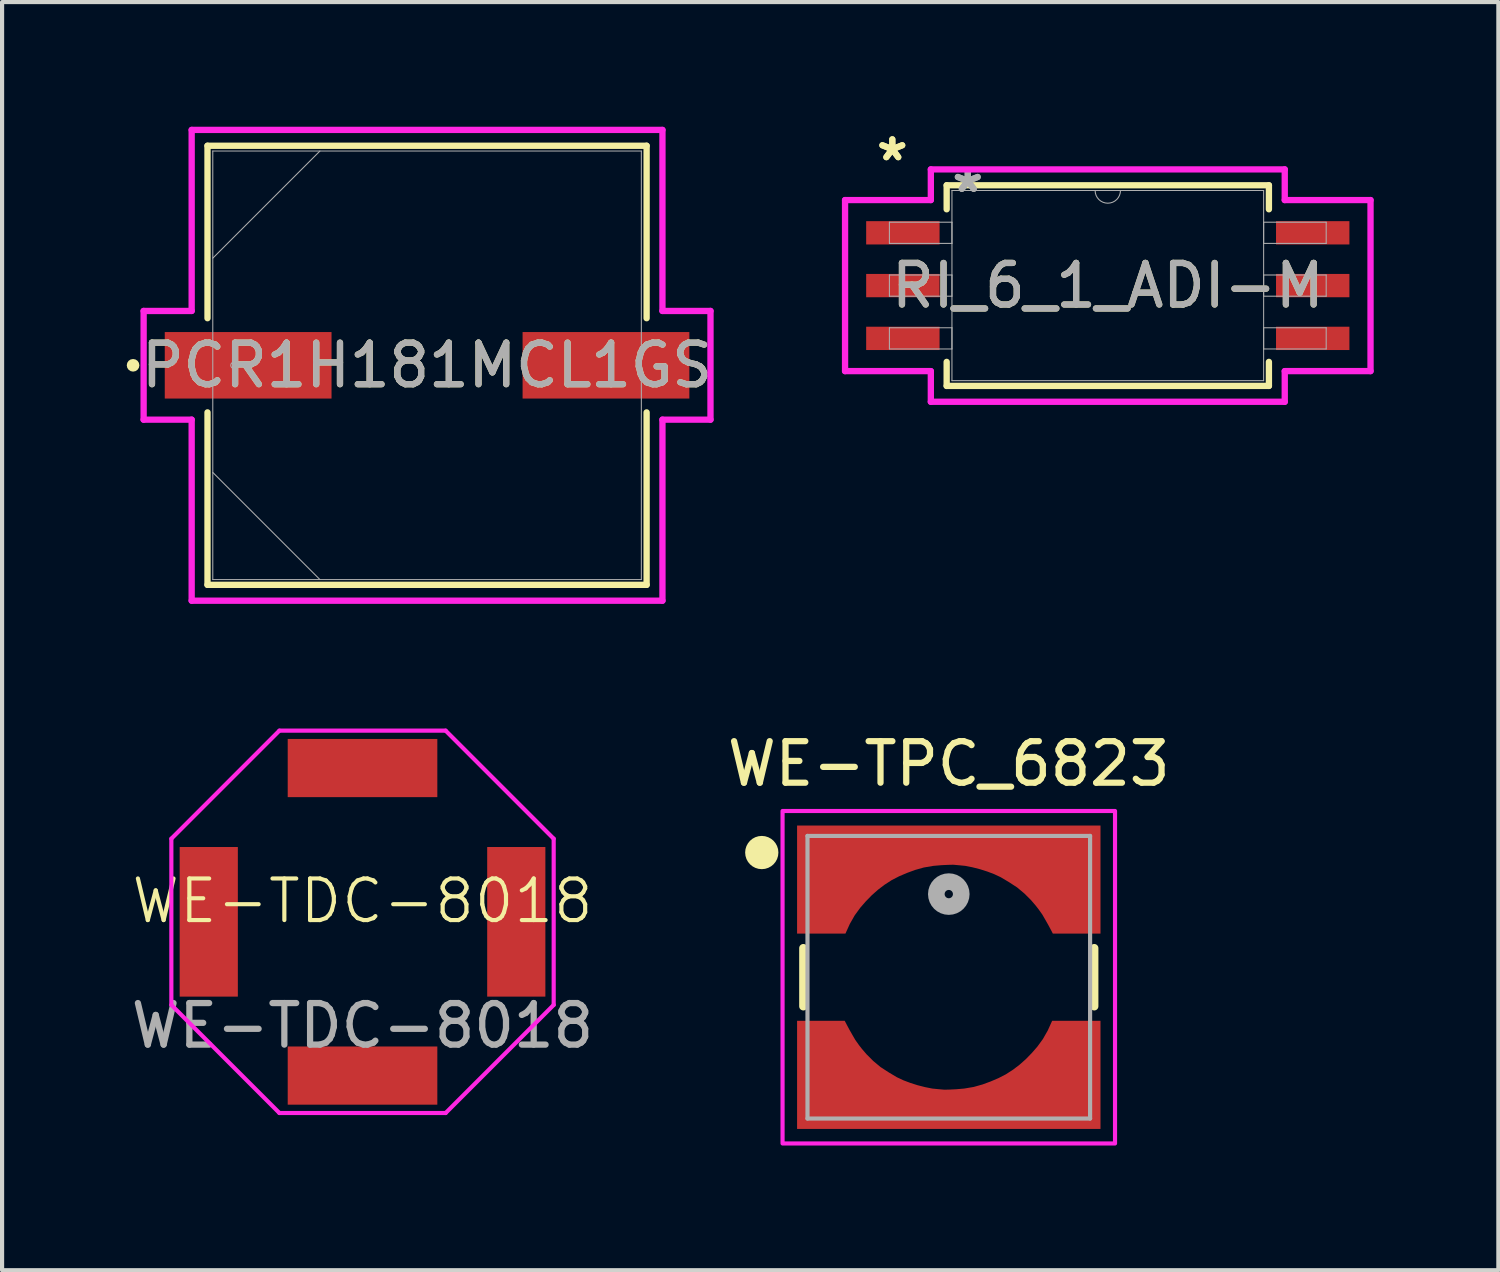
<source format=kicad_pcb>
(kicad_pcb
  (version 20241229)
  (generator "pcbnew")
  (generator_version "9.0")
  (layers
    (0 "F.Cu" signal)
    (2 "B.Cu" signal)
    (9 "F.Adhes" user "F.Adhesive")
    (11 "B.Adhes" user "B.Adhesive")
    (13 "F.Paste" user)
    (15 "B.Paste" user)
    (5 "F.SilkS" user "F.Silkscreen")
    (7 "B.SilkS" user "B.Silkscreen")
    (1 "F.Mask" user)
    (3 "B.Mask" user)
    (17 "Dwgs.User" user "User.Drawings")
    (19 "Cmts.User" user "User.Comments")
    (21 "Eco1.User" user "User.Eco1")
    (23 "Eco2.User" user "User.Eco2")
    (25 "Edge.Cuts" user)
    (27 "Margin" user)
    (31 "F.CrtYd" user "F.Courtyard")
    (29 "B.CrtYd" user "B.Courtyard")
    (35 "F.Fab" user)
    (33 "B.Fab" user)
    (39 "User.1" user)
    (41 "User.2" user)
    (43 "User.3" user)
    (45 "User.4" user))
  (footprint "PCR1H181MCL1GS"
    (layer "F.Cu")
    (at 7.226 5.74)
    (property "Reference" "PCR1H181MCL1GS" (at 0 0 0) (unlocked yes) (layer "F.SilkS") (effects (font (size 1 1) (thickness 0.15))))
    (attr smd)
    (fp_line (start -5.283 -5.283) (end -5.283 -1.133) (stroke (width 0.152) (type solid)) (layer "F.SilkS"))
    (fp_line (start -5.283 1.133) (end -5.283 5.283) (stroke (width 0.152) (type solid)) (layer "F.SilkS"))
    (fp_line (start -5.283 5.283) (end 5.283 5.283) (stroke (width 0.152) (type solid)) (layer "F.SilkS"))
    (fp_line (start 5.283 -5.283) (end -5.283 -5.283) (stroke (width 0.152) (type solid)) (layer "F.SilkS"))
    (fp_line (start 5.283 -1.133) (end 5.283 -5.283) (stroke (width 0.152) (type solid)) (layer "F.SilkS"))
    (fp_line (start 5.283 5.283) (end 5.283 1.133) (stroke (width 0.152) (type solid)) (layer "F.SilkS"))
    (fp_circle (center -7.074 0) (end -6.998 0) (stroke (width 0.152) (type solid)) (fill no) (layer "F.SilkS"))
    (fp_line (start -6.82 -1.308) (end -5.664 -1.308) (stroke (width 0.152) (type solid)) (layer "F.CrtYd"))
    (fp_line (start -6.82 1.308) (end -6.82 -1.308) (stroke (width 0.152) (type solid)) (layer "F.CrtYd"))
    (fp_line (start -5.664 -5.664) (end 5.664 -5.664) (stroke (width 0.152) (type solid)) (layer "F.CrtYd"))
    (fp_line (start -5.664 -1.308) (end -5.664 -5.664) (stroke (width 0.152) (type solid)) (layer "F.CrtYd"))
    (fp_line (start -5.664 1.308) (end -6.82 1.308) (stroke (width 0.152) (type solid)) (layer "F.CrtYd"))
    (fp_line (start -5.664 5.664) (end -5.664 1.308) (stroke (width 0.152) (type solid)) (layer "F.CrtYd"))
    (fp_line (start 5.664 -5.664) (end 5.664 -1.308) (stroke (width 0.152) (type solid)) (layer "F.CrtYd"))
    (fp_line (start 5.664 -1.308) (end 6.82 -1.308) (stroke (width 0.152) (type solid)) (layer "F.CrtYd"))
    (fp_line (start 5.664 1.308) (end 5.664 5.664) (stroke (width 0.152) (type solid)) (layer "F.CrtYd"))
    (fp_line (start 5.664 5.664) (end -5.664 5.664) (stroke (width 0.152) (type solid)) (layer "F.CrtYd"))
    (fp_line (start 6.82 -1.308) (end 6.82 1.308) (stroke (width 0.152) (type solid)) (layer "F.CrtYd"))
    (fp_line (start 6.82 1.308) (end 5.664 1.308) (stroke (width 0.152) (type solid)) (layer "F.CrtYd"))
    (fp_line (start -5.156 -5.156) (end -5.156 5.156) (stroke (width 0.025) (type solid)) (layer "F.Fab"))
    (fp_line (start -5.156 -2.578) (end -2.578 -5.156) (stroke (width 0.025) (type solid)) (layer "F.Fab"))
    (fp_line (start -5.156 2.578) (end -2.578 5.156) (stroke (width 0.025) (type solid)) (layer "F.Fab"))
    (fp_line (start -5.156 5.156) (end 5.156 5.156) (stroke (width 0.025) (type solid)) (layer "F.Fab"))
    (fp_line (start 5.156 -5.156) (end -5.156 -5.156) (stroke (width 0.025) (type solid)) (layer "F.Fab"))
    (fp_line (start 5.156 5.156) (end 5.156 -5.156) (stroke (width 0.025) (type solid)) (layer "F.Fab"))
    (fp_circle (center -4.648 0) (end -4.572 0) (stroke (width 0.025) (type solid)) (fill no) (layer "F.Fab"))
    (fp_text user "${REFERENCE}" (at 0 0 0) (unlocked yes) (layer "F.Fab") (effects (font (size 1 1) (thickness 0.15))))
    (pad "1" smd rect (at -4.305 0) (size 4.013 1.6) (layers "F.Cu" "F.Mask" "F.Paste"))
    (pad "2" smd rect (at 4.305 0) (size 4.013 1.6) (layers "F.Cu" "F.Mask" "F.Paste"))
    (zone (net_name "") (layer "F.Cu") (hatch full 0.508) (connect_pads) (min_thickness 0.254) (filled_areas_thickness no) (keepout (tracks not_allowed) (vias not_allowed) (pads allowed) (copperpour not_allowed) (footprints allowed)) (placement (enabled no)) (fill) (polygon (pts (xy 2.121 0.635) (xy 12.332 0.635) (xy 12.332 4.889) (xy 2.121 4.889))))
    (zone (net_name "") (layer "F.Cu") (hatch full 0.508) (connect_pads) (min_thickness 0.254) (filled_areas_thickness no) (keepout (tracks not_allowed) (vias not_allowed) (pads allowed) (copperpour not_allowed) (footprints allowed)) (placement (enabled no)) (fill) (polygon (pts (xy 2.121 6.591) (xy 12.332 6.591) (xy 12.332 10.846) (xy 2.121 10.846))))
    (zone (net_name "") (layer "F.Cu") (hatch full 0.508) (connect_pads) (min_thickness 0.254) (filled_areas_thickness no) (keepout (tracks not_allowed) (vias not_allowed) (pads allowed) (copperpour not_allowed) (footprints allowed)) (placement (enabled no)) (fill) (polygon (pts (xy 4.978 4.889) (xy 9.474 4.889) (xy 9.474 6.591) (xy 4.978 6.591)))))
  (footprint "WE-TDC-8018"
    (layer "F.Cu")
    (at 5.673 19.131)
    (property "Reference" "WE-TDC-8018" (at 0 -0.5 0) (unlocked yes) (layer "F.SilkS") (effects (font (size 1 1) (thickness 0.1))))
    (attr smd)
    (fp_circle (center 0 0) (end 3.1 0) (stroke (width 0.2) (type default)) (fill no) (layer "Eco2.User"))
    (fp_line (start -4.6 -2) (end -2 -4.6) (stroke (width 0.1) (type default)) (layer "F.CrtYd"))
    (fp_line (start -4.6 2) (end -4.6 -2) (stroke (width 0.1) (type default)) (layer "F.CrtYd"))
    (fp_line (start -2 -4.6) (end 2 -4.6) (stroke (width 0.1) (type default)) (layer "F.CrtYd"))
    (fp_line (start -2 4.6) (end -4.6 2) (stroke (width 0.1) (type default)) (layer "F.CrtYd"))
    (fp_line (start 2 -4.6) (end 4.6 -2) (stroke (width 0.1) (type default)) (layer "F.CrtYd"))
    (fp_line (start 2 4.6) (end -2 4.6) (stroke (width 0.1) (type default)) (layer "F.CrtYd"))
    (fp_line (start 4.6 -2) (end 4.6 2) (stroke (width 0.1) (type default)) (layer "F.CrtYd"))
    (fp_line (start 4.6 2) (end 2 4.6) (stroke (width 0.1) (type default)) (layer "F.CrtYd"))
    (fp_text user "${REFERENCE}" (at 0 2.5 0) (unlocked yes) (layer "F.Fab") (effects (font (size 1 1) (thickness 0.15))))
    (pad "1" smd rect (at 0 -3.7 180) (size 3.6 1.4) (layers "F.Cu" "F.Mask" "F.Paste"))
    (pad "2" smd rect (at -3.7 0 90) (size 3.6 1.4) (layers "F.Cu" "F.Mask" "F.Paste"))
    (pad "3" smd rect (at 0 3.7 180) (size 3.6 1.4) (layers "F.Cu" "F.Mask" "F.Paste"))
    (pad "4" smd rect (at 3.7 0 270) (size 3.6 1.4) (layers "F.Cu" "F.Mask" "F.Paste"))
    (zone (net_name "") (layers "F.Cu" "B.Cu") (name "Keep Out") (hatch edge 0.5) (connect_pads) (min_thickness 0.25) (filled_areas_thickness no) (keepout (tracks not_allowed) (vias allowed) (pads allowed) (copperpour allowed) (footprints allowed)) (placement (enabled no)) (fill) (polygon (pts (xy 7.473 16.031) (xy 8.773 17.331) (xy 8.773 20.931) (xy 7.473 22.231) (xy 3.873 22.231) (xy 2.573 20.931) (xy 2.573 17.331) (xy 3.873 16.031)))))
  (footprint "WE-TPC_6823"
    (layer "F.Cu")
    (at 19.78 20.464)
    (property "Reference" "WE-TPC_6823" (at 0 -5.135 0) (layer "F.SilkS") (effects (font (size 1 1) (thickness 0.15))))
    (attr smd)
    (fp_poly (pts (xy -3.75 3.75) (xy -3.75 0.95) (xy -2.422 0.95) (xy -2.405 0.992) (xy -2.382 1.041) (xy -2.365 1.082) (xy -2.34 1.133) (xy -2.318 1.178) (xy -2.293 1.227) (xy -2.258 1.29) (xy -2.217 1.361) (xy -2.177 1.421) (xy -2.134 1.485) (xy -2.082 1.559) (xy -2.029 1.628) (xy -1.972 1.695) (xy -1.909 1.766) (xy -1.842 1.836) (xy -1.769 1.905) (xy -1.632 2.025) (xy -1.562 2.08) (xy -1.494 2.129) (xy -1.393 2.197) (xy -1.309 2.248) (xy -1.223 2.295) (xy -1.078 2.368) (xy -0.954 2.421) (xy -0.839 2.462) (xy -0.686 2.509) (xy -0.592 2.532) (xy -0.525 2.547) (xy -0.393 2.571) (xy -0.289 2.585) (xy -0.223 2.591) (xy -0.097 2.599) (xy 0.025 2.601) (xy 0.132 2.598) (xy 0.245 2.587) (xy 0.355 2.575) (xy 0.444 2.563) (xy 0.529 2.546) (xy 0.624 2.526) (xy 0.702 2.505) (xy 0.824 2.467) (xy 0.932 2.428) (xy 1.08 2.368) (xy 1.236 2.289) (xy 1.397 2.194) (xy 1.568 2.073) (xy 1.688 1.977) (xy 1.794 1.885) (xy 1.949 1.724) (xy 2.075 1.57) (xy 2.192 1.398) (xy 2.29 1.235) (xy 2.36 1.102) (xy 2.421 0.949) (xy 2.421 0.95) (xy 3.75 0.95) (xy 3.75 3.75)) (stroke (width 0.001) (type solid)) (fill yes) (layer "F.Mask"))
    (fp_poly (pts (xy 3.75 -3.75) (xy 3.75 -0.95) (xy 2.422 -0.95) (xy 2.405 -0.992) (xy 2.382 -1.041) (xy 2.365 -1.082) (xy 2.34 -1.133) (xy 2.318 -1.178) (xy 2.293 -1.227) (xy 2.258 -1.29) (xy 2.217 -1.361) (xy 2.177 -1.421) (xy 2.134 -1.485) (xy 2.082 -1.559) (xy 2.029 -1.628) (xy 1.972 -1.695) (xy 1.909 -1.766) (xy 1.842 -1.836) (xy 1.769 -1.905) (xy 1.632 -2.025) (xy 1.562 -2.08) (xy 1.494 -2.129) (xy 1.393 -2.197) (xy 1.309 -2.248) (xy 1.223 -2.295) (xy 1.078 -2.368) (xy 0.954 -2.421) (xy 0.839 -2.462) (xy 0.686 -2.509) (xy 0.592 -2.532) (xy 0.525 -2.547) (xy 0.393 -2.571) (xy 0.289 -2.585) (xy 0.223 -2.591) (xy 0.097 -2.599) (xy -0.025 -2.601) (xy -0.132 -2.598) (xy -0.245 -2.587) (xy -0.355 -2.575) (xy -0.444 -2.563) (xy -0.529 -2.546) (xy -0.624 -2.526) (xy -0.702 -2.505) (xy -0.824 -2.467) (xy -0.932 -2.428) (xy -1.08 -2.368) (xy -1.236 -2.289) (xy -1.397 -2.194) (xy -1.568 -2.073) (xy -1.688 -1.977) (xy -1.794 -1.885) (xy -1.949 -1.724) (xy -2.075 -1.57) (xy -2.192 -1.398) (xy -2.29 -1.235) (xy -2.36 -1.102) (xy -2.421 -0.949) (xy -2.421 -0.95) (xy -3.75 -0.95) (xy -3.75 -3.75)) (stroke (width 0.001) (type solid)) (fill yes) (layer "F.Mask"))
    (fp_line (start -3.5 -0.7) (end -3.5 0.7) (stroke (width 0.2) (type solid)) (layer "F.SilkS"))
    (fp_line (start 3.5 -0.7) (end 3.5 0.7) (stroke (width 0.2) (type solid)) (layer "F.SilkS"))
    (fp_circle (center -4.5 -3) (end -4.3 -3) (stroke (width 0.4) (type solid)) (fill no) (layer "F.SilkS"))
    (fp_poly (pts (xy -3.65 3.65) (xy -3.65 1.05) (xy -2.504 1.05) (xy -2.454 1.146) (xy -2.392 1.262) (xy -2.318 1.392) (xy -2.249 1.511) (xy -2.16 1.636) (xy -2.092 1.723) (xy -1.982 1.852) (xy -1.819 2.015) (xy -1.643 2.162) (xy -1.444 2.291) (xy -1.249 2.407) (xy -1.089 2.482) (xy -0.925 2.544) (xy -0.752 2.599) (xy -0.567 2.646) (xy -0.396 2.68) (xy -0.253 2.694) (xy -0.106 2.707) (xy 0.014 2.704) (xy 0.169 2.697) (xy 0.369 2.68) (xy 0.599 2.641) (xy 0.812 2.581) (xy 1.005 2.51) (xy 1.195 2.429) (xy 1.375 2.336) (xy 1.551 2.222) (xy 1.703 2.106) (xy 1.854 1.972) (xy 2.001 1.821) (xy 2.133 1.669) (xy 2.264 1.489) (xy 2.382 1.282) (xy 2.487 1.05) (xy 3.65 1.05) (xy 3.65 3.65)) (stroke (width 0.001) (type solid)) (fill yes) (layer "F.Paste"))
    (fp_poly (pts (xy 3.65 -3.65) (xy 3.65 -1.05) (xy 2.504 -1.05) (xy 2.454 -1.146) (xy 2.392 -1.262) (xy 2.318 -1.392) (xy 2.249 -1.511) (xy 2.16 -1.636) (xy 2.092 -1.723) (xy 1.982 -1.852) (xy 1.819 -2.015) (xy 1.643 -2.162) (xy 1.444 -2.291) (xy 1.249 -2.407) (xy 1.089 -2.482) (xy 0.925 -2.544) (xy 0.752 -2.599) (xy 0.567 -2.646) (xy 0.396 -2.68) (xy 0.253 -2.694) (xy 0.106 -2.707) (xy -0.014 -2.704) (xy -0.169 -2.697) (xy -0.369 -2.68) (xy -0.599 -2.641) (xy -0.812 -2.581) (xy -1.005 -2.51) (xy -1.195 -2.429) (xy -1.375 -2.336) (xy -1.551 -2.222) (xy -1.703 -2.106) (xy -1.854 -1.972) (xy -2.001 -1.821) (xy -2.133 -1.669) (xy -2.264 -1.489) (xy -2.382 -1.282) (xy -2.487 -1.05) (xy -3.65 -1.05) (xy -3.65 -3.65)) (stroke (width 0.001) (type solid)) (fill yes) (layer "F.Paste"))
    (fp_poly (pts (xy 4 -4) (xy 4 4) (xy -4 4) (xy -4 -4)) (stroke (width 0.1) (type solid)) (fill no) (layer "F.CrtYd"))
    (fp_line (start -3.4 -3.4) (end 3.4 -3.4) (stroke (width 0.1) (type solid)) (layer "F.Fab"))
    (fp_line (start -3.4 3.4) (end -3.4 -3.4) (stroke (width 0.1) (type solid)) (layer "F.Fab"))
    (fp_line (start 3.4 -3.4) (end 3.4 3.4) (stroke (width 0.1) (type solid)) (layer "F.Fab"))
    (fp_line (start 3.4 3.4) (end -3.4 3.4) (stroke (width 0.1) (type solid)) (layer "F.Fab"))
    (fp_circle (center 0 -2) (end 0.1 -2) (stroke (width 0.4) (type solid)) (fill no) (layer "F.Fab"))
    (pad "1" smd custom (at 0 -3.2) (size 7.3 0.8) (layers "F.Cu" "F.Mask") (options (anchor rect)) (primitives (gr_poly (pts (xy 3.65 -0.45) (xy 3.65 2.15) (xy 2.504 2.15) (xy 2.454 2.054) (xy 2.392 1.938) (xy 2.318 1.808) (xy 2.249 1.689) (xy 2.16 1.564) (xy 2.092 1.477) (xy 1.982 1.348) (xy 1.819 1.185) (xy 1.643 1.038) (xy 1.444 0.909) (xy 1.249 0.793) (xy 1.089 0.718) (xy 0.925 0.656) (xy 0.752 0.601) (xy 0.567 0.554) (xy 0.396 0.52) (xy 0.253 0.506) (xy 0.106 0.493) (xy -0.014 0.496) (xy -0.169 0.503) (xy -0.369 0.52) (xy -0.599 0.559) (xy -0.812 0.619) (xy -1.005 0.69) (xy -1.195 0.771) (xy -1.375 0.864) (xy -1.551 0.978) (xy -1.703 1.094) (xy -1.854 1.228) (xy -2.001 1.379) (xy -2.133 1.531) (xy -2.264 1.711) (xy -2.382 1.918) (xy -2.487 2.15) (xy -3.65 2.15) (xy -3.65 -0.45)) (width 0.001) (fill yes))))
    (pad "2" smd custom (at 0 3.2) (size 7.3 0.8) (layers "F.Cu") (options (anchor rect)) (primitives (gr_poly (pts (xy -3.65 0.45) (xy -3.65 -2.15) (xy -2.504 -2.15) (xy -2.454 -2.054) (xy -2.392 -1.938) (xy -2.318 -1.808) (xy -2.249 -1.689) (xy -2.16 -1.564) (xy -2.092 -1.477) (xy -1.982 -1.348) (xy -1.819 -1.185) (xy -1.643 -1.038) (xy -1.444 -0.909) (xy -1.249 -0.793) (xy -1.089 -0.718) (xy -0.925 -0.656) (xy -0.752 -0.601) (xy -0.567 -0.554) (xy -0.396 -0.52) (xy -0.253 -0.506) (xy -0.106 -0.493) (xy 0.014 -0.496) (xy 0.169 -0.503) (xy 0.369 -0.52) (xy 0.599 -0.559) (xy 0.812 -0.619) (xy 1.005 -0.69) (xy 1.195 -0.771) (xy 1.375 -0.864) (xy 1.551 -0.978) (xy 1.703 -1.094) (xy 1.854 -1.228) (xy 2.001 -1.379) (xy 2.133 -1.531) (xy 2.264 -1.711) (xy 2.382 -1.918) (xy 2.487 -2.15) (xy 3.65 -2.15) (xy 3.65 0.45)) (width 0.001) (fill yes)))))
  (footprint "RI_6_1_ADI-M"
    (layer "F.Cu")
    (at 23.606 3.822)
    (property "Reference" "RI_6_1_ADI-M" (at 0 0 0) (unlocked yes) (layer "F.SilkS") (effects (font (size 1 1) (thickness 0.15))))
    (attr smd)
    (fp_line (start -3.877 -2.414) (end -3.877 -1.836) (stroke (width 0.152) (type solid)) (layer "F.SilkS"))
    (fp_line (start -3.877 1.836) (end -3.877 2.414) (stroke (width 0.152) (type solid)) (layer "F.SilkS"))
    (fp_line (start -3.877 2.414) (end 3.877 2.414) (stroke (width 0.152) (type solid)) (layer "F.SilkS"))
    (fp_line (start 3.877 -2.414) (end -3.877 -2.414) (stroke (width 0.152) (type solid)) (layer "F.SilkS"))
    (fp_line (start 3.877 -1.836) (end 3.877 -2.414) (stroke (width 0.152) (type solid)) (layer "F.SilkS"))
    (fp_line (start 3.877 2.414) (end 3.877 1.836) (stroke (width 0.152) (type solid)) (layer "F.SilkS"))
    (fp_line (start -6.322 -2.058) (end -4.258 -2.058) (stroke (width 0.152) (type solid)) (layer "F.CrtYd"))
    (fp_line (start -6.322 2.058) (end -6.322 -2.058) (stroke (width 0.152) (type solid)) (layer "F.CrtYd"))
    (fp_line (start -6.322 2.058) (end -4.258 2.058) (stroke (width 0.152) (type solid)) (layer "F.CrtYd"))
    (fp_line (start -4.258 -2.796) (end 4.258 -2.796) (stroke (width 0.152) (type solid)) (layer "F.CrtYd"))
    (fp_line (start -4.258 -2.058) (end -4.258 -2.796) (stroke (width 0.152) (type solid)) (layer "F.CrtYd"))
    (fp_line (start -4.258 2.796) (end -4.258 2.058) (stroke (width 0.152) (type solid)) (layer "F.CrtYd"))
    (fp_line (start 4.258 -2.796) (end 4.258 -2.058) (stroke (width 0.152) (type solid)) (layer "F.CrtYd"))
    (fp_line (start 4.258 2.058) (end 4.258 2.796) (stroke (width 0.152) (type solid)) (layer "F.CrtYd"))
    (fp_line (start 4.258 2.796) (end -4.258 2.796) (stroke (width 0.152) (type solid)) (layer "F.CrtYd"))
    (fp_line (start 6.322 -2.058) (end 4.258 -2.058) (stroke (width 0.152) (type solid)) (layer "F.CrtYd"))
    (fp_line (start 6.322 -2.058) (end 6.322 2.058) (stroke (width 0.152) (type solid)) (layer "F.CrtYd"))
    (fp_line (start 6.322 2.058) (end 4.258 2.058) (stroke (width 0.152) (type solid)) (layer "F.CrtYd"))
    (fp_line (start -5.255 -1.525) (end -5.255 -1.015) (stroke (width 0.025) (type solid)) (layer "F.Fab"))
    (fp_line (start -5.255 -1.015) (end -3.75 -1.015) (stroke (width 0.025) (type solid)) (layer "F.Fab"))
    (fp_line (start -5.255 -0.255) (end -5.255 0.255) (stroke (width 0.025) (type solid)) (layer "F.Fab"))
    (fp_line (start -5.255 0.255) (end -3.75 0.255) (stroke (width 0.025) (type solid)) (layer "F.Fab"))
    (fp_line (start -5.255 1.015) (end -5.255 1.525) (stroke (width 0.025) (type solid)) (layer "F.Fab"))
    (fp_line (start -5.255 1.525) (end -3.75 1.525) (stroke (width 0.025) (type solid)) (layer "F.Fab"))
    (fp_line (start -3.75 -2.288) (end -3.75 2.288) (stroke (width 0.025) (type solid)) (layer "F.Fab"))
    (fp_line (start -3.75 -1.525) (end -5.255 -1.525) (stroke (width 0.025) (type solid)) (layer "F.Fab"))
    (fp_line (start -3.75 -1.015) (end -3.75 -1.525) (stroke (width 0.025) (type solid)) (layer "F.Fab"))
    (fp_line (start -3.75 -0.255) (end -5.255 -0.255) (stroke (width 0.025) (type solid)) (layer "F.Fab"))
    (fp_line (start -3.75 0.255) (end -3.75 -0.255) (stroke (width 0.025) (type solid)) (layer "F.Fab"))
    (fp_line (start -3.75 1.015) (end -5.255 1.015) (stroke (width 0.025) (type solid)) (layer "F.Fab"))
    (fp_line (start -3.75 1.525) (end -3.75 1.015) (stroke (width 0.025) (type solid)) (layer "F.Fab"))
    (fp_line (start -3.75 2.288) (end 3.75 2.288) (stroke (width 0.025) (type solid)) (layer "F.Fab"))
    (fp_line (start 3.75 -2.288) (end -3.75 -2.288) (stroke (width 0.025) (type solid)) (layer "F.Fab"))
    (fp_line (start 3.75 -1.525) (end 3.75 -1.015) (stroke (width 0.025) (type solid)) (layer "F.Fab"))
    (fp_line (start 3.75 -1.015) (end 5.255 -1.015) (stroke (width 0.025) (type solid)) (layer "F.Fab"))
    (fp_line (start 3.75 -0.255) (end 3.75 0.255) (stroke (width 0.025) (type solid)) (layer "F.Fab"))
    (fp_line (start 3.75 0.255) (end 5.255 0.255) (stroke (width 0.025) (type solid)) (layer "F.Fab"))
    (fp_line (start 3.75 1.015) (end 3.75 1.525) (stroke (width 0.025) (type solid)) (layer "F.Fab"))
    (fp_line (start 3.75 1.525) (end 5.255 1.525) (stroke (width 0.025) (type solid)) (layer "F.Fab"))
    (fp_line (start 3.75 2.288) (end 3.75 -2.288) (stroke (width 0.025) (type solid)) (layer "F.Fab"))
    (fp_line (start 5.255 -1.525) (end 3.75 -1.525) (stroke (width 0.025) (type solid)) (layer "F.Fab"))
    (fp_line (start 5.255 -1.015) (end 5.255 -1.525) (stroke (width 0.025) (type solid)) (layer "F.Fab"))
    (fp_line (start 5.255 -0.255) (end 3.75 -0.255) (stroke (width 0.025) (type solid)) (layer "F.Fab"))
    (fp_line (start 5.255 0.255) (end 5.255 -0.255) (stroke (width 0.025) (type solid)) (layer "F.Fab"))
    (fp_line (start 5.255 1.015) (end 3.75 1.015) (stroke (width 0.025) (type solid)) (layer "F.Fab"))
    (fp_line (start 5.255 1.525) (end 5.255 1.015) (stroke (width 0.025) (type solid)) (layer "F.Fab"))
    (fp_arc (start 0.3048 -2.2875) (mid 0 -1.9827) (end -0.3048 -2.2875) (stroke (width 0.0254) (type solid)) (layer "F.Fab"))
    (fp_text user "*" (at -5.185 -2.974 0) (layer "F.SilkS") (effects (font (size 1 1) (thickness 0.15))))
    (fp_text user "*" (at -5.185 -2.974 0) (unlocked yes) (layer "F.SilkS") (effects (font (size 1 1) (thickness 0.15))))
    (fp_text user "*" (at -3.369 -2.211 0) (unlocked yes) (layer "F.Fab") (effects (font (size 1 1) (thickness 0.15))))
    (fp_text user "${REFERENCE}" (at 0 0 0) (unlocked yes) (layer "F.Fab") (effects (font (size 1 1) (thickness 0.15))))
    (fp_text user "*" (at -3.369 -2.211 0) (layer "F.Fab") (effects (font (size 1 1) (thickness 0.15))))
    (pad "1" smd rect (at -4.931 -1.27) (size 1.766 0.561) (layers "F.Cu" "F.Mask" "F.Paste"))
    (pad "2" smd rect (at -4.931 0) (size 1.766 0.561) (layers "F.Cu" "F.Mask" "F.Paste"))
    (pad "3" smd rect (at -4.931 1.27) (size 1.766 0.561) (layers "F.Cu" "F.Mask" "F.Paste"))
    (pad "4" smd rect (at 4.931 1.27) (size 1.766 0.561) (layers "F.Cu" "F.Mask" "F.Paste"))
    (pad "5" smd rect (at 4.931 0) (size 1.766 0.561) (layers "F.Cu" "F.Mask" "F.Paste"))
    (pad "6" smd rect (at 4.931 -1.27) (size 1.766 0.561) (layers "F.Cu" "F.Mask" "F.Paste")))
  (gr_rect
    (start -3 -3)
    (end 33.004 27.514)
    (stroke (width 0.1) (type default))
    (fill no)
    (layer "Edge.Cuts")))
</source>
